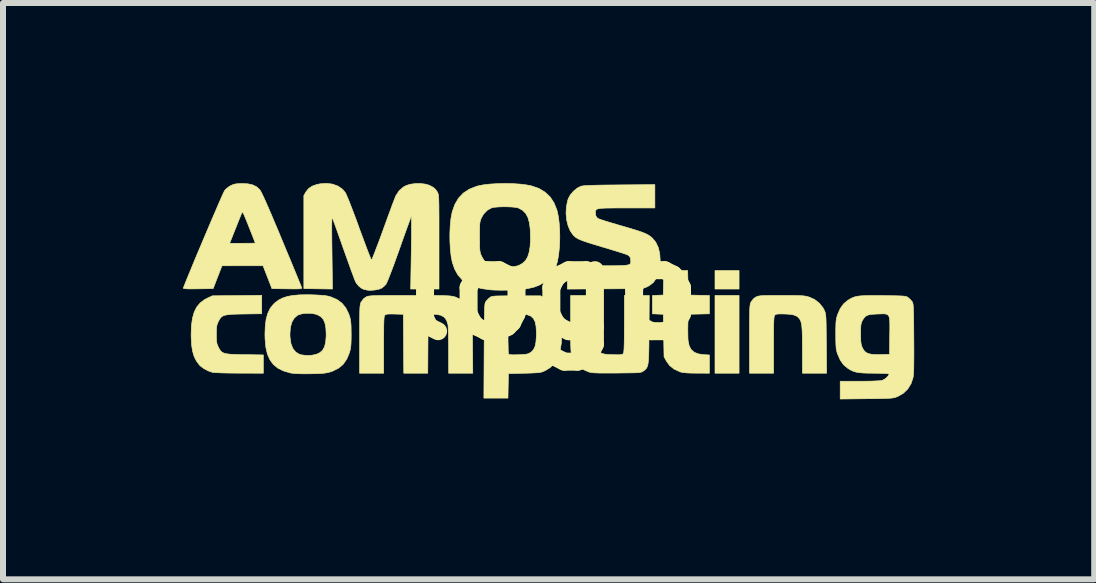
<source format=kicad_pcb>
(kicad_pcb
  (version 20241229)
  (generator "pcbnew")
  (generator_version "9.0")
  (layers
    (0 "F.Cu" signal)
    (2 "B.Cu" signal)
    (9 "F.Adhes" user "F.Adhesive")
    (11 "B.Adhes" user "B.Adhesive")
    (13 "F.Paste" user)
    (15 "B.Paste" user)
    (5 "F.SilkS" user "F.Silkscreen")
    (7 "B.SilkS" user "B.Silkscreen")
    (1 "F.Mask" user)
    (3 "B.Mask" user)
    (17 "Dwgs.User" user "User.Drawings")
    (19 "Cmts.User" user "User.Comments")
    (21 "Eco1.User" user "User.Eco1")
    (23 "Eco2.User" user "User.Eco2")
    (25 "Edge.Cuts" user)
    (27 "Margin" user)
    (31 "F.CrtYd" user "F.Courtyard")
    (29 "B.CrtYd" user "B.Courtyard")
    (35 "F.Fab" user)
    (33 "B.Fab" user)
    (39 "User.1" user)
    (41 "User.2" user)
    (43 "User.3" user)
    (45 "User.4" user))
  (footprint "logo"
    (layer "F.Cu")
    (at 6.137 1.779)
    (property "Reference" "logo" (at 0 0 0) (layer "F.SilkS") (effects (font (size 1.524 1.524) (thickness 0.3))))
    (attr through_hole)
    (fp_poly (pts (xy 3.128 -0.013) (xy 2.727 -0.013) (xy 2.727 -0.321) (xy 3.128 -0.321) (xy 3.128 -0.013)) (stroke (width 0.01) (type solid)) (fill yes) (layer "F.SilkS"))
    (fp_poly (pts (xy 3.128 1.39) (xy 2.727 1.39) (xy 2.727 0.094) (xy 3.128 0.094) (xy 3.128 1.39)) (stroke (width 0.01) (type solid)) (fill yes) (layer "F.SilkS"))
    (fp_poly (pts (xy 2.276 -0.117) (xy 2.279 0.087) (xy 2.456 0.091) (xy 2.634 0.094) (xy 2.634 0.4) (xy 2.456 0.404) (xy 2.279 0.408) (xy 2.275 0.588) (xy 2.274 0.664) (xy 2.275 0.738) (xy 2.276 0.803) (xy 2.279 0.85) (xy 2.28 0.852) (xy 2.297 0.934) (xy 2.33 0.996) (xy 2.381 1.041) (xy 2.452 1.068) (xy 2.535 1.08) (xy 2.634 1.086) (xy 2.634 1.39) (xy 2.423 1.389) (xy 2.33 1.388) (xy 2.259 1.385) (xy 2.205 1.38) (xy 2.162 1.372) (xy 2.143 1.366) (xy 2.048 1.323) (xy 1.971 1.262) (xy 1.918 1.189) (xy 1.878 1.116) (xy 1.865 0.408) (xy 1.684 0.4) (xy 1.684 0.095) (xy 1.865 0.087) (xy 1.869 -0.117) (xy 1.872 -0.321) (xy 2.272 -0.321) (xy 2.276 -0.117)) (stroke (width 0.01) (type solid)) (fill yes) (layer "F.SilkS"))
    (fp_poly (pts (xy -4.826 0.399) (xy -5.123 0.403) (xy -5.232 0.405) (xy -5.318 0.408) (xy -5.383 0.414) (xy -5.433 0.422) (xy -5.469 0.434) (xy -5.497 0.452) (xy -5.518 0.476) (xy -5.537 0.507) (xy -5.548 0.528) (xy -5.563 0.561) (xy -5.573 0.593) (xy -5.578 0.631) (xy -5.581 0.681) (xy -5.581 0.742) (xy -5.581 0.81) (xy -5.578 0.859) (xy -5.572 0.895) (xy -5.561 0.926) (xy -5.548 0.956) (xy -5.529 0.991) (xy -5.51 1.018) (xy -5.488 1.039) (xy -5.458 1.054) (xy -5.418 1.065) (xy -5.364 1.072) (xy -5.292 1.076) (xy -5.2 1.079) (xy -5.11 1.08) (xy -4.799 1.085) (xy -4.799 1.39) (xy -5.197 1.389) (xy -5.3 1.388) (xy -5.397 1.387) (xy -5.483 1.385) (xy -5.555 1.382) (xy -5.609 1.38) (xy -5.641 1.377) (xy -5.645 1.376) (xy -5.718 1.351) (xy -5.79 1.313) (xy -5.85 1.268) (xy -5.867 1.25) (xy -5.915 1.185) (xy -5.952 1.111) (xy -5.978 1.024) (xy -5.994 0.921) (xy -6.001 0.799) (xy -6.002 0.742) (xy -5.997 0.596) (xy -5.98 0.474) (xy -5.951 0.371) (xy -5.909 0.287) (xy -5.852 0.219) (xy -5.781 0.165) (xy -5.732 0.139) (xy -5.648 0.1) (xy -5.237 0.096) (xy -4.826 0.092) (xy -4.826 0.399)) (stroke (width 0.01) (type solid)) (fill yes) (layer "F.SilkS"))
    (fp_poly (pts (xy 0.724 0.511) (xy 0.726 0.629) (xy 0.727 0.723) (xy 0.729 0.796) (xy 0.731 0.852) (xy 0.734 0.893) (xy 0.737 0.923) (xy 0.742 0.944) (xy 0.748 0.961) (xy 0.755 0.974) (xy 0.781 1.014) (xy 0.809 1.042) (xy 0.843 1.06) (xy 0.89 1.072) (xy 0.954 1.078) (xy 1.02 1.081) (xy 1.089 1.082) (xy 1.137 1.082) (xy 1.167 1.079) (xy 1.186 1.073) (xy 1.197 1.064) (xy 1.199 1.061) (xy 1.204 1.049) (xy 1.208 1.024) (xy 1.211 0.986) (xy 1.213 0.931) (xy 1.215 0.857) (xy 1.216 0.762) (xy 1.216 0.644) (xy 1.217 0.566) (xy 1.217 0.094) (xy 1.632 0.094) (xy 1.628 0.658) (xy 1.627 0.804) (xy 1.626 0.926) (xy 1.624 1.026) (xy 1.622 1.107) (xy 1.618 1.171) (xy 1.613 1.22) (xy 1.606 1.258) (xy 1.596 1.286) (xy 1.585 1.307) (xy 1.57 1.324) (xy 1.553 1.339) (xy 1.536 1.352) (xy 1.522 1.361) (xy 1.509 1.368) (xy 1.492 1.373) (xy 1.468 1.378) (xy 1.435 1.381) (xy 1.39 1.383) (xy 1.328 1.384) (xy 1.247 1.385) (xy 1.144 1.386) (xy 1.09 1.387) (xy 0.973 1.387) (xy 0.879 1.387) (xy 0.805 1.387) (xy 0.748 1.385) (xy 0.705 1.383) (xy 0.671 1.379) (xy 0.643 1.374) (xy 0.619 1.367) (xy 0.614 1.365) (xy 0.515 1.321) (xy 0.435 1.26) (xy 0.376 1.181) (xy 0.342 1.106) (xy 0.337 1.085) (xy 0.332 1.059) (xy 0.328 1.024) (xy 0.325 0.979) (xy 0.323 0.919) (xy 0.322 0.843) (xy 0.321 0.747) (xy 0.321 0.628) (xy 0.321 0.568) (xy 0.321 0.094) (xy 0.72 0.094) (xy 0.724 0.511)) (stroke (width 0.01) (type solid)) (fill yes) (layer "F.SilkS"))
    (fp_poly (pts (xy 3.947 0.094) (xy 4.036 0.094) (xy 4.106 0.096) (xy 4.16 0.098) (xy 4.202 0.101) (xy 4.236 0.106) (xy 4.265 0.112) (xy 4.293 0.12) (xy 4.295 0.12) (xy 4.386 0.161) (xy 4.464 0.222) (xy 4.525 0.297) (xy 4.547 0.337) (xy 4.555 0.356) (xy 4.562 0.374) (xy 4.567 0.395) (xy 4.571 0.421) (xy 4.575 0.455) (xy 4.577 0.5) (xy 4.579 0.56) (xy 4.58 0.636) (xy 4.581 0.732) (xy 4.582 0.851) (xy 4.583 0.899) (xy 4.587 1.39) (xy 4.184 1.39) (xy 4.184 1.013) (xy 4.183 0.885) (xy 4.182 0.782) (xy 4.18 0.699) (xy 4.176 0.635) (xy 4.171 0.585) (xy 4.163 0.547) (xy 4.154 0.518) (xy 4.142 0.495) (xy 4.135 0.483) (xy 4.106 0.452) (xy 4.071 0.43) (xy 4.025 0.416) (xy 3.962 0.407) (xy 3.889 0.403) (xy 3.823 0.402) (xy 3.778 0.403) (xy 3.75 0.407) (xy 3.732 0.415) (xy 3.725 0.421) (xy 3.719 0.429) (xy 3.715 0.442) (xy 3.711 0.463) (xy 3.708 0.495) (xy 3.706 0.539) (xy 3.704 0.599) (xy 3.704 0.678) (xy 3.703 0.778) (xy 3.703 0.901) (xy 3.703 0.917) (xy 3.703 1.39) (xy 3.302 1.39) (xy 3.302 0.822) (xy 3.302 0.683) (xy 3.302 0.569) (xy 3.303 0.476) (xy 3.304 0.402) (xy 3.305 0.344) (xy 3.307 0.3) (xy 3.31 0.268) (xy 3.314 0.244) (xy 3.318 0.225) (xy 3.324 0.211) (xy 3.329 0.2) (xy 3.371 0.146) (xy 3.409 0.12) (xy 3.426 0.113) (xy 3.445 0.106) (xy 3.468 0.102) (xy 3.501 0.098) (xy 3.545 0.096) (xy 3.604 0.095) (xy 3.682 0.094) (xy 3.781 0.094) (xy 3.835 0.094) (xy 3.947 0.094)) (stroke (width 0.01) (type solid)) (fill yes) (layer "F.SilkS"))
    (fp_poly (pts (xy -2.209 0.094) (xy -2.081 0.094) (xy -1.975 0.094) (xy -1.888 0.095) (xy -1.817 0.096) (xy -1.762 0.098) (xy -1.718 0.1) (xy -1.683 0.103) (xy -1.656 0.107) (xy -1.633 0.111) (xy -1.612 0.117) (xy -1.6 0.12) (xy -1.509 0.161) (xy -1.431 0.222) (xy -1.37 0.297) (xy -1.349 0.337) (xy -1.34 0.356) (xy -1.334 0.374) (xy -1.328 0.395) (xy -1.324 0.421) (xy -1.321 0.455) (xy -1.318 0.5) (xy -1.317 0.56) (xy -1.315 0.636) (xy -1.314 0.732) (xy -1.313 0.851) (xy -1.313 0.899) (xy -1.309 1.39) (xy -1.711 1.39) (xy -1.712 1.013) (xy -1.712 0.912) (xy -1.714 0.817) (xy -1.715 0.732) (xy -1.718 0.661) (xy -1.72 0.608) (xy -1.723 0.578) (xy -1.724 0.577) (xy -1.746 0.507) (xy -1.783 0.457) (xy -1.838 0.425) (xy -1.912 0.41) (xy -1.958 0.408) (xy -2.052 0.408) (xy -2.056 0.899) (xy -2.059 1.39) (xy -2.459 1.39) (xy -2.463 0.899) (xy -2.466 0.408) (xy -2.609 0.404) (xy -2.675 0.403) (xy -2.721 0.404) (xy -2.75 0.409) (xy -2.767 0.417) (xy -2.773 0.422) (xy -2.778 0.43) (xy -2.783 0.444) (xy -2.787 0.466) (xy -2.789 0.499) (xy -2.791 0.546) (xy -2.793 0.609) (xy -2.793 0.691) (xy -2.794 0.795) (xy -2.794 0.917) (xy -2.794 1.39) (xy -3.195 1.39) (xy -3.195 0.822) (xy -3.195 0.683) (xy -3.195 0.569) (xy -3.194 0.476) (xy -3.193 0.402) (xy -3.192 0.344) (xy -3.19 0.3) (xy -3.187 0.268) (xy -3.183 0.244) (xy -3.179 0.225) (xy -3.173 0.211) (xy -3.168 0.2) (xy -3.126 0.146) (xy -3.088 0.12) (xy -3.076 0.114) (xy -3.062 0.109) (xy -3.044 0.105) (xy -3.02 0.102) (xy -2.988 0.099) (xy -2.945 0.097) (xy -2.889 0.096) (xy -2.818 0.095) (xy -2.729 0.094) (xy -2.619 0.094) (xy -2.488 0.094) (xy -2.361 0.094) (xy -2.209 0.094)) (stroke (width 0.01) (type solid)) (fill yes) (layer "F.SilkS"))
    (fp_poly (pts (xy -3.993 0.083) (xy -3.9 0.087) (xy -3.829 0.091) (xy -3.773 0.096) (xy -3.728 0.104) (xy -3.688 0.114) (xy -3.675 0.118) (xy -3.572 0.162) (xy -3.489 0.223) (xy -3.425 0.301) (xy -3.377 0.399) (xy -3.365 0.434) (xy -3.353 0.474) (xy -3.345 0.514) (xy -3.34 0.559) (xy -3.337 0.614) (xy -3.336 0.687) (xy -3.335 0.742) (xy -3.336 0.828) (xy -3.338 0.893) (xy -3.342 0.944) (xy -3.348 0.985) (xy -3.358 1.025) (xy -3.365 1.05) (xy -3.409 1.155) (xy -3.468 1.24) (xy -3.545 1.305) (xy -3.642 1.354) (xy -3.675 1.366) (xy -3.711 1.376) (xy -3.748 1.384) (xy -3.791 1.39) (xy -3.846 1.394) (xy -3.917 1.397) (xy -4.009 1.399) (xy -4.017 1.399) (xy -4.128 1.4) (xy -4.215 1.398) (xy -4.283 1.394) (xy -4.335 1.388) (xy -4.354 1.384) (xy -4.465 1.351) (xy -4.558 1.305) (xy -4.632 1.244) (xy -4.689 1.167) (xy -4.731 1.073) (xy -4.757 0.958) (xy -4.77 0.823) (xy -4.772 0.742) (xy -4.772 0.733) (xy -4.356 0.733) (xy -4.354 0.792) (xy -4.339 0.895) (xy -4.308 0.976) (xy -4.261 1.036) (xy -4.199 1.074) (xy -4.169 1.083) (xy -4.082 1.094) (xy -3.989 1.09) (xy -3.92 1.076) (xy -3.859 1.049) (xy -3.813 1.009) (xy -3.781 0.953) (xy -3.761 0.878) (xy -3.753 0.782) (xy -3.752 0.742) (xy -3.757 0.638) (xy -3.772 0.557) (xy -3.798 0.495) (xy -3.839 0.449) (xy -3.894 0.418) (xy -3.927 0.406) (xy -3.997 0.393) (xy -4.072 0.391) (xy -4.146 0.398) (xy -4.207 0.414) (xy -4.229 0.424) (xy -4.284 0.472) (xy -4.324 0.54) (xy -4.348 0.628) (xy -4.356 0.733) (xy -4.772 0.733) (xy -4.767 0.604) (xy -4.752 0.489) (xy -4.725 0.392) (xy -4.686 0.311) (xy -4.633 0.243) (xy -4.605 0.216) (xy -4.544 0.171) (xy -4.476 0.136) (xy -4.396 0.11) (xy -4.301 0.093) (xy -4.189 0.084) (xy -4.055 0.082) (xy -3.993 0.083)) (stroke (width 0.01) (type solid)) (fill yes) (layer "F.SilkS"))
    (fp_poly (pts (xy -0.106 0.135) (xy -0.019 0.188) (xy 0.051 0.259) (xy 0.105 0.348) (xy 0.143 0.457) (xy 0.166 0.586) (xy 0.174 0.736) (xy 0.174 0.742) (xy 0.166 0.893) (xy 0.144 1.023) (xy 0.107 1.132) (xy 0.053 1.222) (xy -0.016 1.293) (xy -0.102 1.347) (xy -0.106 1.348) (xy -0.133 1.36) (xy -0.158 1.37) (xy -0.187 1.376) (xy -0.223 1.381) (xy -0.272 1.384) (xy -0.336 1.387) (xy -0.422 1.39) (xy -0.448 1.39) (xy -0.715 1.397) (xy -0.719 1.601) (xy -0.723 1.805) (xy -1.124 1.805) (xy -1.12 1.017) (xy -1.119 0.852) (xy -1.118 0.712) (xy -1.118 0.711) (xy -0.722 0.711) (xy -0.722 0.763) (xy -0.722 0.85) (xy -0.72 0.928) (xy -0.719 0.994) (xy -0.717 1.042) (xy -0.714 1.069) (xy -0.713 1.074) (xy -0.694 1.079) (xy -0.655 1.083) (xy -0.603 1.083) (xy -0.544 1.082) (xy -0.486 1.079) (xy -0.434 1.075) (xy -0.396 1.068) (xy -0.383 1.065) (xy -0.334 1.037) (xy -0.298 0.998) (xy -0.272 0.944) (xy -0.257 0.873) (xy -0.25 0.781) (xy -0.249 0.707) (xy -0.255 0.608) (xy -0.271 0.531) (xy -0.3 0.476) (xy -0.344 0.437) (xy -0.405 0.414) (xy -0.488 0.403) (xy -0.551 0.401) (xy -0.602 0.401) (xy -0.641 0.403) (xy -0.671 0.409) (xy -0.693 0.423) (xy -0.707 0.447) (xy -0.716 0.485) (xy -0.72 0.54) (xy -0.722 0.614) (xy -0.722 0.711) (xy -1.118 0.711) (xy -1.118 0.594) (xy -1.117 0.497) (xy -1.115 0.418) (xy -1.114 0.355) (xy -1.112 0.306) (xy -1.11 0.27) (xy -1.107 0.243) (xy -1.104 0.224) (xy -1.099 0.211) (xy -1.095 0.201) (xy -1.089 0.192) (xy -1.089 0.192) (xy -1.057 0.157) (xy -1.024 0.128) (xy -1.013 0.12) (xy -0.999 0.114) (xy -0.981 0.109) (xy -0.955 0.106) (xy -0.917 0.103) (xy -0.866 0.102) (xy -0.797 0.101) (xy -0.708 0.1) (xy -0.595 0.1) (xy -0.584 0.1) (xy -0.18 0.1) (xy -0.106 0.135)) (stroke (width 0.01) (type solid)) (fill yes) (layer "F.SilkS"))
    (fp_poly (pts (xy -5.056 -1.766) (xy -4.978 -1.749) (xy -4.915 -1.719) (xy -4.864 -1.674) (xy -4.863 -1.674) (xy -4.851 -1.657) (xy -4.835 -1.629) (xy -4.814 -1.588) (xy -4.788 -1.532) (xy -4.756 -1.461) (xy -4.717 -1.372) (xy -4.67 -1.264) (xy -4.616 -1.135) (xy -4.552 -0.985) (xy -4.493 -0.842) (xy -4.436 -0.705) (xy -4.382 -0.575) (xy -4.331 -0.454) (xy -4.286 -0.344) (xy -4.246 -0.247) (xy -4.213 -0.166) (xy -4.187 -0.103) (xy -4.169 -0.059) (xy -4.161 -0.038) (xy -4.161 -0.036) (xy -4.16 -0.028) (xy -4.165 -0.022) (xy -4.18 -0.018) (xy -4.208 -0.016) (xy -4.253 -0.015) (xy -4.317 -0.015) (xy -4.404 -0.016) (xy -4.405 -0.016) (xy -4.656 -0.02) (xy -4.804 -0.401) (xy -5.146 -0.401) (xy -5.488 -0.4) (xy -5.562 -0.21) (xy -5.635 -0.02) (xy -5.887 -0.016) (xy -5.976 -0.015) (xy -6.041 -0.015) (xy -6.086 -0.017) (xy -6.115 -0.019) (xy -6.129 -0.023) (xy -6.132 -0.029) (xy -6.132 -0.032) (xy -6.109 -0.091) (xy -6.078 -0.168) (xy -6.041 -0.258) (xy -5.998 -0.361) (xy -5.952 -0.474) (xy -5.902 -0.594) (xy -5.849 -0.718) (xy -5.825 -0.775) (xy -5.36 -0.775) (xy -5.147 -0.775) (xy -5.074 -0.776) (xy -5.013 -0.776) (xy -4.966 -0.777) (xy -4.938 -0.778) (xy -4.933 -0.779) (xy -4.938 -0.792) (xy -4.951 -0.826) (xy -4.971 -0.877) (xy -4.997 -0.943) (xy -5.027 -1.019) (xy -5.039 -1.049) (xy -5.074 -1.137) (xy -5.101 -1.203) (xy -5.121 -1.249) (xy -5.135 -1.277) (xy -5.145 -1.291) (xy -5.152 -1.293) (xy -5.157 -1.285) (xy -5.158 -1.283) (xy -5.167 -1.259) (xy -5.185 -1.215) (xy -5.208 -1.158) (xy -5.234 -1.093) (xy -5.24 -1.076) (xy -5.268 -1.007) (xy -5.295 -0.94) (xy -5.317 -0.883) (xy -5.333 -0.843) (xy -5.335 -0.839) (xy -5.36 -0.775) (xy -5.825 -0.775) (xy -5.796 -0.844) (xy -5.743 -0.969) (xy -5.691 -1.092) (xy -5.641 -1.209) (xy -5.594 -1.317) (xy -5.552 -1.416) (xy -5.515 -1.5) (xy -5.484 -1.57) (xy -5.461 -1.621) (xy -5.446 -1.651) (xy -5.442 -1.658) (xy -5.408 -1.692) (xy -5.363 -1.725) (xy -5.34 -1.737) (xy -5.302 -1.754) (xy -5.264 -1.764) (xy -5.217 -1.769) (xy -5.154 -1.771) (xy -5.056 -1.766)) (stroke (width 0.01) (type solid)) (fill yes) (layer "F.SilkS"))
    (fp_poly (pts (xy 1.725 -1.364) (xy 1.251 -1.364) (xy 1.12 -1.364) (xy 1.013 -1.363) (xy 0.929 -1.362) (xy 0.863 -1.36) (xy 0.814 -1.356) (xy 0.78 -1.35) (xy 0.757 -1.342) (xy 0.744 -1.332) (xy 0.737 -1.318) (xy 0.735 -1.301) (xy 0.735 -1.284) (xy 0.741 -1.235) (xy 0.76 -1.202) (xy 0.787 -1.184) (xy 0.809 -1.176) (xy 0.853 -1.161) (xy 0.915 -1.141) (xy 0.991 -1.118) (xy 1.079 -1.092) (xy 1.173 -1.064) (xy 1.174 -1.064) (xy 1.292 -1.03) (xy 1.387 -1.001) (xy 1.463 -0.977) (xy 1.523 -0.956) (xy 1.57 -0.936) (xy 1.607 -0.918) (xy 1.638 -0.899) (xy 1.665 -0.877) (xy 1.684 -0.861) (xy 1.74 -0.793) (xy 1.782 -0.705) (xy 1.806 -0.603) (xy 1.814 -0.488) (xy 1.806 -0.388) (xy 1.784 -0.279) (xy 1.749 -0.192) (xy 1.7 -0.123) (xy 1.634 -0.071) (xy 1.591 -0.048) (xy 1.576 -0.041) (xy 1.56 -0.036) (xy 1.541 -0.032) (xy 1.515 -0.028) (xy 1.482 -0.025) (xy 1.437 -0.023) (xy 1.379 -0.021) (xy 1.305 -0.02) (xy 1.213 -0.018) (xy 1.1 -0.017) (xy 0.964 -0.016) (xy 0.899 -0.016) (xy 0.267 -0.012) (xy 0.267 -0.401) (xy 0.774 -0.401) (xy 0.91 -0.401) (xy 1.021 -0.401) (xy 1.11 -0.402) (xy 1.18 -0.404) (xy 1.232 -0.408) (xy 1.27 -0.413) (xy 1.296 -0.42) (xy 1.312 -0.429) (xy 1.32 -0.442) (xy 1.323 -0.457) (xy 1.323 -0.476) (xy 1.323 -0.481) (xy 1.318 -0.53) (xy 1.299 -0.562) (xy 1.271 -0.581) (xy 1.249 -0.59) (xy 1.205 -0.605) (xy 1.142 -0.625) (xy 1.065 -0.649) (xy 0.977 -0.676) (xy 0.882 -0.705) (xy 0.869 -0.708) (xy 0.751 -0.744) (xy 0.655 -0.773) (xy 0.578 -0.798) (xy 0.519 -0.819) (xy 0.473 -0.837) (xy 0.438 -0.854) (xy 0.41 -0.871) (xy 0.387 -0.89) (xy 0.366 -0.91) (xy 0.365 -0.911) (xy 0.316 -0.98) (xy 0.279 -1.067) (xy 0.255 -1.166) (xy 0.245 -1.273) (xy 0.25 -1.38) (xy 0.271 -1.483) (xy 0.283 -1.52) (xy 0.318 -1.584) (xy 0.371 -1.645) (xy 0.434 -1.696) (xy 0.49 -1.724) (xy 0.508 -1.729) (xy 0.538 -1.733) (xy 0.58 -1.737) (xy 0.636 -1.739) (xy 0.71 -1.742) (xy 0.803 -1.744) (xy 0.917 -1.746) (xy 1.054 -1.747) (xy 1.133 -1.748) (xy 1.725 -1.753) (xy 1.725 -1.364)) (stroke (width 0.01) (type solid)) (fill yes) (layer "F.SilkS"))
    (fp_poly (pts (xy -0.639 -1.769) (xy -0.516 -1.761) (xy -0.408 -1.747) (xy -0.328 -1.731) (xy -0.205 -1.688) (xy -0.103 -1.626) (xy -0.019 -1.546) (xy 0.046 -1.447) (xy 0.093 -1.328) (xy 0.1 -1.302) (xy 0.117 -1.219) (xy 0.13 -1.117) (xy 0.138 -1.003) (xy 0.141 -0.884) (xy 0.138 -0.769) (xy 0.135 -0.712) (xy 0.121 -0.58) (xy 0.101 -0.47) (xy 0.074 -0.378) (xy 0.039 -0.301) (xy -0.006 -0.234) (xy -0.063 -0.172) (xy -0.067 -0.169) (xy -0.134 -0.116) (xy -0.207 -0.075) (xy -0.293 -0.043) (xy -0.395 -0.02) (xy -0.458 -0.011) (xy -0.542 -0.003) (xy -0.638 0.002) (xy -0.739 0.006) (xy -0.84 0.007) (xy -0.932 0.005) (xy -1.009 0.001) (xy -1.01 0.001) (xy -1.161 -0.02) (xy -1.29 -0.055) (xy -1.398 -0.104) (xy -1.487 -0.168) (xy -1.558 -0.249) (xy -1.612 -0.347) (xy -1.651 -0.461) (xy -1.67 -0.56) (xy -1.683 -0.678) (xy -1.69 -0.806) (xy -1.691 -0.882) (xy -1.196 -0.882) (xy -1.196 -0.794) (xy -1.195 -0.728) (xy -1.193 -0.679) (xy -1.189 -0.642) (xy -1.183 -0.614) (xy -1.175 -0.589) (xy -1.166 -0.568) (xy -1.13 -0.503) (xy -1.088 -0.453) (xy -1.037 -0.417) (xy -0.972 -0.394) (xy -0.891 -0.382) (xy -0.788 -0.379) (xy -0.749 -0.379) (xy -0.661 -0.383) (xy -0.597 -0.391) (xy -0.551 -0.403) (xy -0.542 -0.406) (xy -0.48 -0.441) (xy -0.431 -0.487) (xy -0.395 -0.547) (xy -0.37 -0.624) (xy -0.354 -0.721) (xy -0.348 -0.84) (xy -0.348 -0.882) (xy -0.352 -1.012) (xy -0.366 -1.118) (xy -0.39 -1.204) (xy -0.426 -1.271) (xy -0.474 -1.321) (xy -0.536 -1.357) (xy -0.558 -1.366) (xy -0.598 -1.374) (xy -0.658 -1.38) (xy -0.73 -1.383) (xy -0.806 -1.384) (xy -0.879 -1.381) (xy -0.942 -1.376) (xy -0.987 -1.368) (xy -0.994 -1.366) (xy -1.067 -1.326) (xy -1.127 -1.264) (xy -1.165 -1.2) (xy -1.176 -1.173) (xy -1.184 -1.148) (xy -1.19 -1.119) (xy -1.194 -1.081) (xy -1.195 -1.031) (xy -1.196 -0.962) (xy -1.196 -0.882) (xy -1.691 -0.882) (xy -1.691 -0.939) (xy -1.685 -1.069) (xy -1.673 -1.188) (xy -1.654 -1.289) (xy -1.651 -1.302) (xy -1.607 -1.425) (xy -1.546 -1.528) (xy -1.466 -1.612) (xy -1.367 -1.677) (xy -1.248 -1.724) (xy -1.223 -1.731) (xy -1.132 -1.749) (xy -1.022 -1.762) (xy -0.898 -1.769) (xy -0.768 -1.772) (xy -0.639 -1.769)) (stroke (width 0.01) (type solid)) (fill yes) (layer "F.SilkS"))
    (fp_poly (pts (xy -3.645 -1.761) (xy -3.555 -1.728) (xy -3.481 -1.677) (xy -3.437 -1.626) (xy -3.422 -1.599) (xy -3.4 -1.548) (xy -3.37 -1.477) (xy -3.335 -1.386) (xy -3.294 -1.279) (xy -3.248 -1.158) (xy -3.204 -1.035) (xy -3.162 -0.922) (xy -3.123 -0.817) (xy -3.088 -0.722) (xy -3.057 -0.641) (xy -3.031 -0.575) (xy -3.012 -0.528) (xy -3 -0.502) (xy -2.998 -0.498) (xy -2.99 -0.509) (xy -2.975 -0.543) (xy -2.953 -0.597) (xy -2.926 -0.668) (xy -2.893 -0.754) (xy -2.856 -0.852) (xy -2.817 -0.959) (xy -2.8 -1.005) (xy -2.759 -1.119) (xy -2.72 -1.226) (xy -2.684 -1.323) (xy -2.653 -1.409) (xy -2.626 -1.479) (xy -2.606 -1.531) (xy -2.594 -1.562) (xy -2.591 -1.567) (xy -2.537 -1.65) (xy -2.466 -1.712) (xy -2.416 -1.739) (xy -2.349 -1.759) (xy -2.269 -1.77) (xy -2.184 -1.771) (xy -2.104 -1.762) (xy -2.038 -1.744) (xy -2.032 -1.741) (xy -1.98 -1.714) (xy -1.945 -1.689) (xy -1.918 -1.658) (xy -1.9 -1.631) (xy -1.894 -1.62) (xy -1.889 -1.609) (xy -1.885 -1.595) (xy -1.881 -1.576) (xy -1.879 -1.55) (xy -1.876 -1.514) (xy -1.875 -1.467) (xy -1.873 -1.406) (xy -1.873 -1.329) (xy -1.872 -1.234) (xy -1.872 -1.12) (xy -1.872 -0.983) (xy -1.872 -0.821) (xy -1.872 -0.799) (xy -1.872 -0.013) (xy -2.344 -0.013) (xy -2.334 -0.624) (xy -2.332 -0.749) (xy -2.331 -0.865) (xy -2.33 -0.969) (xy -2.33 -1.06) (xy -2.33 -1.133) (xy -2.33 -1.188) (xy -2.331 -1.22) (xy -2.332 -1.229) (xy -2.338 -1.215) (xy -2.351 -1.179) (xy -2.372 -1.122) (xy -2.399 -1.049) (xy -2.431 -0.96) (xy -2.467 -0.86) (xy -2.506 -0.75) (xy -2.531 -0.678) (xy -2.58 -0.542) (xy -2.624 -0.42) (xy -2.664 -0.314) (xy -2.698 -0.226) (xy -2.725 -0.158) (xy -2.746 -0.112) (xy -2.758 -0.089) (xy -2.793 -0.054) (xy -2.833 -0.025) (xy -2.839 -0.022) (xy -2.881 -0.008) (xy -2.938 0.003) (xy -2.998 0.008) (xy -3.049 0.008) (xy -3.068 0.005) (xy -3.104 -0.003) (xy -3.124 -0.007) (xy -3.164 -0.026) (xy -3.208 -0.061) (xy -3.246 -0.107) (xy -3.262 -0.133) (xy -3.272 -0.157) (xy -3.29 -0.203) (xy -3.314 -0.267) (xy -3.344 -0.348) (xy -3.377 -0.441) (xy -3.414 -0.544) (xy -3.453 -0.653) (xy -3.457 -0.663) (xy -3.495 -0.772) (xy -3.532 -0.876) (xy -3.565 -0.97) (xy -3.594 -1.051) (xy -3.618 -1.117) (xy -3.635 -1.164) (xy -3.644 -1.189) (xy -3.645 -1.19) (xy -3.649 -1.198) (xy -3.653 -1.197) (xy -3.655 -1.186) (xy -3.657 -1.161) (xy -3.658 -1.122) (xy -3.659 -1.066) (xy -3.659 -0.991) (xy -3.658 -0.895) (xy -3.657 -0.777) (xy -3.655 -0.634) (xy -3.655 -0.625) (xy -3.647 -0.013) (xy -4.124 -0.02) (xy -4.124 -1.571) (xy -4.089 -1.631) (xy -4.046 -1.686) (xy -3.988 -1.726) (xy -3.912 -1.754) (xy -3.854 -1.766) (xy -3.745 -1.774) (xy -3.645 -1.761)) (stroke (width 0.01) (type solid)) (fill yes) (layer "F.SilkS"))
    (fp_poly (pts (xy 5.499 0.096) (xy 5.526 0.096) (xy 5.637 0.098) (xy 5.725 0.099) (xy 5.792 0.101) (xy 5.843 0.103) (xy 5.879 0.106) (xy 5.904 0.11) (xy 5.922 0.115) (xy 5.935 0.122) (xy 5.944 0.128) (xy 5.98 0.16) (xy 6.008 0.192) (xy 6.015 0.202) (xy 6.02 0.214) (xy 6.025 0.229) (xy 6.029 0.252) (xy 6.031 0.283) (xy 6.034 0.327) (xy 6.035 0.384) (xy 6.037 0.458) (xy 6.038 0.552) (xy 6.039 0.667) (xy 6.04 0.806) (xy 6.041 0.97) (xy 6.041 1.108) (xy 6.04 1.222) (xy 6.039 1.313) (xy 6.036 1.382) (xy 6.032 1.43) (xy 6.029 1.457) (xy 5.994 1.564) (xy 5.939 1.653) (xy 5.864 1.725) (xy 5.771 1.778) (xy 5.763 1.781) (xy 5.741 1.789) (xy 5.72 1.796) (xy 5.695 1.801) (xy 5.663 1.805) (xy 5.623 1.808) (xy 5.569 1.81) (xy 5.5 1.812) (xy 5.411 1.814) (xy 5.3 1.815) (xy 5.25 1.815) (xy 4.813 1.82) (xy 4.813 1.524) (xy 5.137 1.524) (xy 5.231 1.523) (xy 5.319 1.522) (xy 5.396 1.519) (xy 5.456 1.516) (xy 5.497 1.512) (xy 5.51 1.51) (xy 5.545 1.494) (xy 5.582 1.467) (xy 5.611 1.436) (xy 5.627 1.409) (xy 5.628 1.403) (xy 5.615 1.399) (xy 5.579 1.395) (xy 5.524 1.392) (xy 5.452 1.391) (xy 5.383 1.39) (xy 5.277 1.389) (xy 5.193 1.386) (xy 5.126 1.38) (xy 5.072 1.37) (xy 5.025 1.355) (xy 4.982 1.334) (xy 4.944 1.311) (xy 4.873 1.253) (xy 4.816 1.175) (xy 4.772 1.076) (xy 4.77 1.072) (xy 4.759 1.037) (xy 4.751 1.004) (xy 4.745 0.967) (xy 4.742 0.921) (xy 4.74 0.861) (xy 4.739 0.782) (xy 4.739 0.742) (xy 4.739 0.735) (xy 5.154 0.735) (xy 5.154 0.735) (xy 5.154 0.809) (xy 5.157 0.863) (xy 5.162 0.902) (xy 5.17 0.934) (xy 5.183 0.966) (xy 5.183 0.966) (xy 5.208 1.01) (xy 5.24 1.042) (xy 5.282 1.063) (xy 5.339 1.075) (xy 5.415 1.08) (xy 5.481 1.079) (xy 5.635 1.076) (xy 5.638 0.77) (xy 5.64 0.66) (xy 5.64 0.575) (xy 5.638 0.51) (xy 5.632 0.463) (xy 5.62 0.432) (xy 5.6 0.413) (xy 5.572 0.403) (xy 5.534 0.4) (xy 5.484 0.402) (xy 5.441 0.403) (xy 5.36 0.407) (xy 5.301 0.414) (xy 5.258 0.428) (xy 5.226 0.45) (xy 5.201 0.482) (xy 5.181 0.515) (xy 5.169 0.542) (xy 5.161 0.571) (xy 5.156 0.609) (xy 5.154 0.662) (xy 5.154 0.735) (xy 4.739 0.735) (xy 4.739 0.653) (xy 4.741 0.586) (xy 4.743 0.535) (xy 4.748 0.495) (xy 4.755 0.461) (xy 4.765 0.427) (xy 4.77 0.412) (xy 4.814 0.312) (xy 4.87 0.234) (xy 4.94 0.175) (xy 4.944 0.173) (xy 4.98 0.151) (xy 5.015 0.133) (xy 5.051 0.119) (xy 5.092 0.109) (xy 5.142 0.102) (xy 5.205 0.098) (xy 5.282 0.096) (xy 5.379 0.095) (xy 5.499 0.096)) (stroke (width 0.01) (type solid)) (fill yes) (layer "F.SilkS")))
  (gr_rect
    (start -3 -3)
    (end 15.183 6.603)
    (stroke (width 0.1) (type default))
    (fill no)
    (layer "Edge.Cuts")))
</source>
